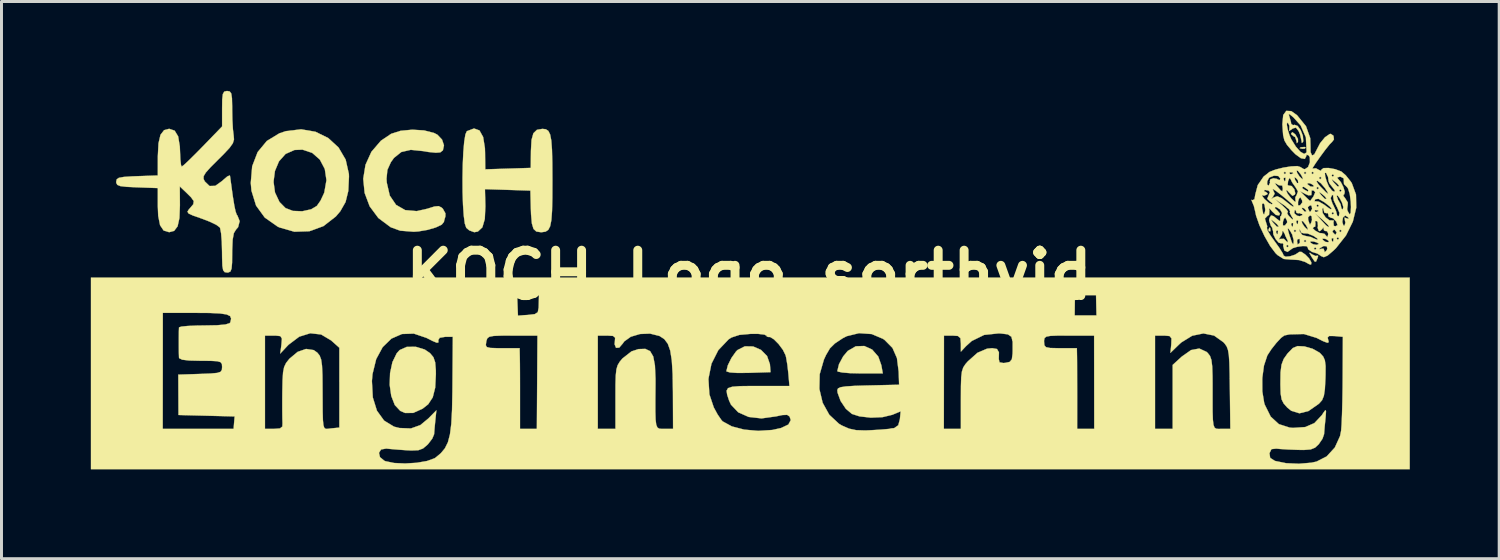
<source format=kicad_pcb>
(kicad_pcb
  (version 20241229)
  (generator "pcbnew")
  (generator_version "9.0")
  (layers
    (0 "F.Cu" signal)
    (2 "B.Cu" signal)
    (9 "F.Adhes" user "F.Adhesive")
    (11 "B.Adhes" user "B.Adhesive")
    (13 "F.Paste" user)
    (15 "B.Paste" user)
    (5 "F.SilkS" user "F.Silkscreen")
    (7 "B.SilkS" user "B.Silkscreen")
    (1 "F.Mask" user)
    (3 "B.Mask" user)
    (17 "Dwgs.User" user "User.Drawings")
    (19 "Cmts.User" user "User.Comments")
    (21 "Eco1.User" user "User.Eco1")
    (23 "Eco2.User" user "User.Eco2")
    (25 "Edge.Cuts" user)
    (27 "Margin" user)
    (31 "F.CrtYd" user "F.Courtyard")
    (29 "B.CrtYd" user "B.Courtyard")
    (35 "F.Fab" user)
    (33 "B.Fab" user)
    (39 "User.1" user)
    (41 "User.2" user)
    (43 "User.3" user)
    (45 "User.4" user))
  (footprint "KOCH_Logo_sorthvid"
    (layer "F.Cu")
    (at 22.103 6.186)
    (property "Reference" "KOCH_Logo_sorthvid" (at 0 0 0) (layer "F.SilkS") (effects (font (size 1.524 1.524) (thickness 0.3))))
    (attr through_hole)
    (fp_poly (pts (xy 17.498 -1.58) (xy 17.508 -1.48) (xy 17.498 -1.468) (xy 17.447 -1.479) (xy 17.441 -1.524) (xy 17.472 -1.594) (xy 17.498 -1.58)) (stroke (width 0.01) (type solid)) (fill yes) (layer "F.SilkS"))
    (fp_poly (pts (xy 18.688 -4.284) (xy 18.663 -4.246) (xy 18.577 -4.24) (xy 18.487 -4.261) (xy 18.526 -4.291) (xy 18.658 -4.301) (xy 18.688 -4.284)) (stroke (width 0.01) (type solid)) (fill yes) (layer "F.SilkS"))
    (fp_poly (pts (xy 18.34 -4.725) (xy 18.431 -4.573) (xy 18.432 -4.474) (xy 18.393 -4.427) (xy 18.379 -4.508) (xy 18.334 -4.634) (xy 18.288 -4.657) (xy 18.209 -4.723) (xy 18.203 -4.759) (xy 18.246 -4.798) (xy 18.34 -4.725)) (stroke (width 0.01) (type solid)) (fill yes) (layer "F.SilkS"))
    (fp_poly (pts (xy 18.896 -0.699) (xy 19.027 -0.639) (xy 19.083 -0.654) (xy 19.109 -0.643) (xy 19.088 -0.569) (xy 19.038 -0.452) (xy 18.992 -0.454) (xy 18.904 -0.586) (xy 18.887 -0.614) (xy 18.814 -0.741) (xy 18.836 -0.746) (xy 18.896 -0.699)) (stroke (width 0.01) (type solid)) (fill yes) (layer "F.SilkS"))
    (fp_poly (pts (xy 4.133 2.502) (xy 4.338 2.736) (xy 4.441 3.027) (xy 4.49 3.302) (xy 3.727 3.302) (xy 3.391 3.294) (xy 3.13 3.272) (xy 2.983 3.241) (xy 2.963 3.223) (xy 3.02 2.992) (xy 3.16 2.731) (xy 3.313 2.548) (xy 3.583 2.392) (xy 3.869 2.382) (xy 4.133 2.502)) (stroke (width 0.01) (type solid)) (fill yes) (layer "F.SilkS"))
    (fp_poly (pts (xy 0.137 2.398) (xy 0.401 2.513) (xy 0.604 2.719) (xy 0.7 2.994) (xy 0.701 3.006) (xy 0.72 3.26) (xy -0.021 3.284) (xy -0.391 3.287) (xy -0.644 3.27) (xy -0.758 3.235) (xy -0.762 3.225) (xy -0.713 3.03) (xy -0.593 2.786) (xy -0.442 2.572) (xy -0.391 2.519) (xy -0.142 2.393) (xy 0.137 2.398)) (stroke (width 0.01) (type solid)) (fill yes) (layer "F.SilkS"))
    (fp_poly (pts (xy -10.89 2.501) (xy -10.712 2.624) (xy -10.599 2.759) (xy -10.54 2.933) (xy -10.518 3.2) (xy -10.517 3.329) (xy -10.54 3.781) (xy -10.622 4.106) (xy -10.775 4.339) (xy -10.963 4.487) (xy -11.279 4.63) (xy -11.55 4.631) (xy -11.713 4.561) (xy -11.896 4.365) (xy -12.015 4.058) (xy -12.068 3.685) (xy -12.055 3.292) (xy -11.976 2.924) (xy -11.831 2.626) (xy -11.734 2.519) (xy -11.495 2.412) (xy -11.192 2.409) (xy -10.89 2.501)) (stroke (width 0.01) (type solid)) (fill yes) (layer "F.SilkS"))
    (fp_poly (pts (xy 18.647 2.396) (xy 18.65 2.397) (xy 18.923 2.475) (xy 19.156 2.606) (xy 19.179 2.627) (xy 19.279 2.737) (xy 19.335 2.864) (xy 19.359 3.053) (xy 19.357 3.351) (xy 19.353 3.48) (xy 19.335 3.829) (xy 19.301 4.054) (xy 19.241 4.201) (xy 19.141 4.314) (xy 19.126 4.327) (xy 18.784 4.566) (xy 18.48 4.642) (xy 18.207 4.558) (xy 18.072 4.449) (xy 17.951 4.313) (xy 17.882 4.175) (xy 17.85 3.982) (xy 17.841 3.679) (xy 17.841 3.641) (xy 17.846 3.267) (xy 17.879 3.01) (xy 17.951 2.819) (xy 18.075 2.642) (xy 18.092 2.622) (xy 18.26 2.449) (xy 18.418 2.385) (xy 18.647 2.396)) (stroke (width 0.01) (type solid)) (fill yes) (layer "F.SilkS"))
    (fp_poly (pts (xy -10.915 -4.857) (xy -10.58 -4.772) (xy -10.467 -4.714) (xy -10.31 -4.549) (xy -10.245 -4.355) (xy -10.281 -4.188) (xy -10.369 -4.119) (xy -10.518 -4.108) (xy -10.765 -4.132) (xy -10.94 -4.162) (xy -11.359 -4.205) (xy -11.677 -4.132) (xy -11.925 -3.933) (xy -12.027 -3.791) (xy -12.145 -3.532) (xy -12.174 -3.234) (xy -12.166 -3.105) (xy -12.065 -2.668) (xy -11.854 -2.357) (xy -11.548 -2.181) (xy -11.16 -2.147) (xy -10.808 -2.226) (xy -10.565 -2.302) (xy -10.423 -2.315) (xy -10.325 -2.266) (xy -10.283 -2.227) (xy -10.196 -2.072) (xy -10.197 -1.972) (xy -10.24 -1.825) (xy -10.245 -1.787) (xy -10.321 -1.693) (xy -10.521 -1.598) (xy -10.797 -1.517) (xy -11.105 -1.465) (xy -11.261 -1.454) (xy -11.715 -1.49) (xy -12.034 -1.606) (xy -12.448 -1.915) (xy -12.74 -2.308) (xy -12.909 -2.757) (xy -12.956 -3.232) (xy -12.88 -3.702) (xy -12.682 -4.138) (xy -12.363 -4.51) (xy -12.018 -4.743) (xy -11.701 -4.844) (xy -11.31 -4.881) (xy -10.915 -4.857)) (stroke (width 0.01) (type solid)) (fill yes) (layer "F.SilkS"))
    (fp_poly (pts (xy -14.558 -4.811) (xy -14.131 -4.601) (xy -13.785 -4.283) (xy -13.546 -3.875) (xy -13.438 -3.395) (xy -13.435 -3.305) (xy -13.458 -2.824) (xy -13.549 -2.454) (xy -13.726 -2.143) (xy -13.877 -1.966) (xy -14.293 -1.643) (xy -14.766 -1.471) (xy -15.268 -1.455) (xy -15.771 -1.599) (xy -15.835 -1.63) (xy -16.263 -1.931) (xy -16.555 -2.333) (xy -16.709 -2.831) (xy -16.732 -3.088) (xy -16.729 -3.134) (xy -15.968 -3.134) (xy -15.919 -2.773) (xy -15.768 -2.453) (xy -15.566 -2.249) (xy -15.318 -2.154) (xy -15.005 -2.142) (xy -14.704 -2.208) (xy -14.513 -2.323) (xy -14.389 -2.5) (xy -14.275 -2.743) (xy -14.263 -2.776) (xy -14.191 -3.186) (xy -14.247 -3.562) (xy -14.413 -3.877) (xy -14.669 -4.102) (xy -14.996 -4.211) (xy -15.265 -4.2) (xy -15.564 -4.067) (xy -15.785 -3.819) (xy -15.921 -3.495) (xy -15.968 -3.134) (xy -16.729 -3.134) (xy -16.685 -3.653) (xy -16.502 -4.129) (xy -16.194 -4.502) (xy -15.769 -4.761) (xy -15.555 -4.832) (xy -15.041 -4.894) (xy -14.558 -4.811)) (stroke (width 0.01) (type solid)) (fill yes) (layer "F.SilkS"))
    (fp_poly (pts (xy -9.053 -4.856) (xy -8.93 -4.635) (xy -8.87 -4.264) (xy -8.865 -4.104) (xy -8.859 -3.55) (xy -8.095 -3.574) (xy -7.331 -3.598) (xy -7.325 -4.174) (xy -7.305 -4.538) (xy -7.242 -4.763) (xy -7.123 -4.877) (xy -6.938 -4.909) (xy -6.825 -4.896) (xy -6.741 -4.841) (xy -6.681 -4.722) (xy -6.641 -4.518) (xy -6.618 -4.208) (xy -6.607 -3.772) (xy -6.604 -3.187) (xy -6.604 -3.175) (xy -6.606 -2.59) (xy -6.616 -2.154) (xy -6.639 -1.844) (xy -6.68 -1.638) (xy -6.743 -1.517) (xy -6.833 -1.458) (xy -6.955 -1.44) (xy -6.997 -1.439) (xy -7.144 -1.462) (xy -7.238 -1.549) (xy -7.293 -1.731) (xy -7.321 -2.038) (xy -7.328 -2.239) (xy -7.343 -2.836) (xy -8.869 -2.885) (xy -8.855 -2.31) (xy -8.874 -1.882) (xy -8.956 -1.602) (xy -9.106 -1.461) (xy -9.229 -1.439) (xy -9.395 -1.5) (xy -9.497 -1.587) (xy -9.545 -1.728) (xy -9.581 -1.998) (xy -9.606 -2.364) (xy -9.62 -2.794) (xy -9.622 -3.253) (xy -9.614 -3.709) (xy -9.595 -4.128) (xy -9.565 -4.478) (xy -9.525 -4.723) (xy -9.477 -4.831) (xy -9.236 -4.922) (xy -9.053 -4.856)) (stroke (width 0.01) (type solid)) (fill yes) (layer "F.SilkS"))
    (fp_poly (pts (xy -17.439 -6.165) (xy -17.388 -6.096) (xy -17.364 -5.937) (xy -17.357 -5.654) (xy -17.357 -5.556) (xy -17.35 -5.209) (xy -17.332 -4.896) (xy -17.307 -4.685) (xy -17.307 -4.683) (xy -17.296 -4.553) (xy -17.334 -4.427) (xy -17.442 -4.274) (xy -17.642 -4.06) (xy -17.823 -3.88) (xy -18.086 -3.617) (xy -18.244 -3.44) (xy -18.315 -3.32) (xy -18.317 -3.227) (xy -18.276 -3.144) (xy -18.116 -2.99) (xy -17.922 -2.996) (xy -17.688 -3.164) (xy -17.665 -3.187) (xy -17.52 -3.311) (xy -17.437 -3.345) (xy -17.431 -3.335) (xy -17.411 -3.194) (xy -17.397 -3.09) (xy -17.335 -2.641) (xy -17.285 -2.332) (xy -17.243 -2.137) (xy -17.204 -2.028) (xy -17.179 -1.994) (xy -17.106 -1.81) (xy -17.158 -1.608) (xy -17.23 -1.524) (xy -17.301 -1.408) (xy -17.341 -1.188) (xy -17.356 -0.834) (xy -17.357 -0.752) (xy -17.36 -0.417) (xy -17.377 -0.218) (xy -17.416 -0.119) (xy -17.485 -0.087) (xy -17.526 -0.085) (xy -17.609 -0.098) (xy -17.66 -0.162) (xy -17.686 -0.31) (xy -17.695 -0.574) (xy -17.697 -0.783) (xy -17.706 -1.122) (xy -17.729 -1.403) (xy -17.762 -1.577) (xy -17.772 -1.599) (xy -17.887 -1.685) (xy -18.113 -1.794) (xy -18.388 -1.899) (xy -18.672 -1.998) (xy -18.821 -2.067) (xy -18.859 -2.128) (xy -18.812 -2.204) (xy -18.778 -2.241) (xy -18.663 -2.377) (xy -18.647 -2.483) (xy -18.74 -2.613) (xy -18.871 -2.743) (xy -19.116 -2.977) (xy -19.112 -2.339) (xy -19.128 -1.915) (xy -19.19 -1.636) (xy -19.305 -1.484) (xy -19.473 -1.439) (xy -19.658 -1.495) (xy -19.778 -1.673) (xy -19.841 -1.988) (xy -19.854 -2.32) (xy -19.854 -2.921) (xy -20.553 -2.946) (xy -20.898 -2.962) (xy -21.107 -2.986) (xy -21.213 -3.028) (xy -21.249 -3.095) (xy -21.251 -3.133) (xy -21.234 -3.214) (xy -21.161 -3.265) (xy -20.998 -3.295) (xy -20.713 -3.314) (xy -20.553 -3.32) (xy -19.854 -3.344) (xy -19.853 -3.989) (xy -19.831 -4.423) (xy -19.764 -4.709) (xy -19.644 -4.865) (xy -19.473 -4.911) (xy -19.288 -4.849) (xy -19.171 -4.656) (xy -19.115 -4.318) (xy -19.108 -4.149) (xy -19.097 -3.881) (xy -19.075 -3.697) (xy -19.052 -3.641) (xy -18.976 -3.698) (xy -18.81 -3.853) (xy -18.579 -4.081) (xy -18.349 -4.315) (xy -17.695 -4.99) (xy -17.695 -5.585) (xy -17.691 -5.897) (xy -17.67 -6.077) (xy -17.624 -6.159) (xy -17.541 -6.18) (xy -17.526 -6.181) (xy -17.439 -6.165)) (stroke (width 0.01) (type solid)) (fill yes) (layer "F.SilkS"))
    (fp_poly (pts (xy 22.183 6.519) (xy -22.098 6.519) (xy -22.098 5.165) (xy -19.689 5.165) (xy -17.309 5.165) (xy -17.292 4.956) (xy -17.274 4.747) (xy -18.217 4.723) (xy -19.16 4.699) (xy -19.163 4.022) (xy -19.166 3.344) (xy -18.431 3.32) (xy -18.078 3.306) (xy -17.861 3.286) (xy -17.747 3.25) (xy -17.703 3.186) (xy -17.695 3.087) (xy -17.702 2.986) (xy -17.746 2.925) (xy -17.859 2.893) (xy -18.075 2.881) (xy -18.415 2.879) (xy -18.8 2.87) (xy -19.034 2.842) (xy -19.135 2.793) (xy -19.142 2.773) (xy -19.147 2.626) (xy -19.149 2.386) (xy -19.149 2.118) (xy -19.148 2.032) (xy -16.256 2.032) (xy -16.256 5.165) (xy -15.954 5.165) (xy -15.752 5.15) (xy -15.672 5.086) (xy -15.667 4.974) (xy -15.672 4.81) (xy -15.675 4.524) (xy -15.675 4.162) (xy -15.673 3.927) (xy -15.665 3.533) (xy -15.648 3.267) (xy -15.612 3.088) (xy -15.548 2.954) (xy -15.447 2.825) (xy -15.431 2.807) (xy -15.158 2.579) (xy -14.876 2.481) (xy -14.618 2.52) (xy -14.497 2.606) (xy -14.419 2.705) (xy -14.369 2.839) (xy -14.34 3.045) (xy -14.326 3.359) (xy -14.323 3.652) (xy -14.32 4.197) (xy -14.318 4.595) (xy -14.31 4.869) (xy -14.293 5.04) (xy -14.263 5.131) (xy -14.215 5.165) (xy -14.146 5.164) (xy -14.049 5.151) (xy -14.034 5.149) (xy -13.758 5.122) (xy -13.758 3.558) (xy -12.665 3.558) (xy -12.635 4.108) (xy -12.496 4.555) (xy -12.256 4.887) (xy -11.923 5.09) (xy -11.741 5.136) (xy -11.355 5.151) (xy -11.038 5.038) (xy -10.765 4.812) (xy -10.5 4.542) (xy -10.535 4.874) (xy -10.559 5.126) (xy -10.575 5.32) (xy -10.576 5.344) (xy -10.638 5.492) (xy -10.778 5.675) (xy -10.8 5.697) (xy -10.947 5.822) (xy -11.104 5.881) (xy -11.332 5.891) (xy -11.499 5.883) (xy -11.805 5.861) (xy -12.07 5.838) (xy -12.182 5.826) (xy -12.357 5.856) (xy -12.428 5.97) (xy -12.393 6.115) (xy -12.246 6.236) (xy -12.212 6.25) (xy -11.919 6.311) (xy -11.55 6.327) (xy -11.162 6.304) (xy -10.814 6.244) (xy -10.563 6.153) (xy -10.527 6.13) (xy -10.349 5.981) (xy -10.213 5.817) (xy -10.113 5.615) (xy -10.044 5.349) (xy -9.999 4.995) (xy -9.974 4.528) (xy -9.962 3.925) (xy -9.96 3.702) (xy -9.95 2.355) (xy -8.84 2.355) (xy -8.806 2.418) (xy -8.688 2.447) (xy -8.452 2.455) (xy -8.286 2.455) (xy -7.705 2.455) (xy -7.698 2.773) (xy -7.695 2.983) (xy -7.693 3.316) (xy -7.692 3.724) (xy -7.692 4.128) (xy -7.692 5.165) (xy -7.126 5.165) (xy -7.116 3.598) (xy -7.106 2.032) (xy -5.08 2.032) (xy -5.08 5.165) (xy -4.487 5.165) (xy -4.487 4.118) (xy -4.486 3.679) (xy -4.477 3.375) (xy -4.455 3.169) (xy -4.413 3.027) (xy -4.345 2.913) (xy -4.254 2.803) (xy -3.948 2.563) (xy -3.712 2.486) (xy -3.484 2.479) (xy -3.323 2.555) (xy -3.218 2.735) (xy -3.161 3.038) (xy -3.142 3.483) (xy -3.142 3.644) (xy -3.147 4.186) (xy -3.147 4.581) (xy -3.139 4.853) (xy -3.118 5.024) (xy -3.079 5.118) (xy -3.017 5.158) (xy -2.929 5.166) (xy -2.842 5.165) (xy -2.552 5.165) (xy -2.557 3.916) (xy -2.564 3.484) (xy -1.365 3.484) (xy -1.333 4.005) (xy -1.186 4.443) (xy -1.055 4.684) (xy -0.929 4.867) (xy -0.886 4.914) (xy -0.578 5.082) (xy -0.163 5.19) (xy 0.307 5.232) (xy 0.778 5.202) (xy 1.075 5.136) (xy 1.319 5.02) (xy 1.4 4.87) (xy 1.36 4.75) (xy 1.278 4.694) (xy 1.112 4.701) (xy 0.908 4.745) (xy 0.418 4.813) (xy -0.015 4.764) (xy -0.365 4.608) (xy -0.607 4.353) (xy -0.671 4.215) (xy -0.736 4.018) (xy -0.755 3.883) (xy -0.721 3.824) (xy 2.36 3.824) (xy 2.471 4.29) (xy 2.694 4.692) (xy 3.019 4.994) (xy 3.117 5.052) (xy 3.356 5.157) (xy 3.595 5.208) (xy 3.901 5.218) (xy 4.091 5.21) (xy 4.419 5.19) (xy 4.697 5.166) (xy 4.707 5.165) (xy 6.54 5.165) (xy 7.112 5.165) (xy 7.112 4.16) (xy 7.114 3.732) (xy 7.123 3.436) (xy 7.147 3.239) (xy 7.192 3.102) (xy 7.265 2.991) (xy 7.345 2.899) (xy 7.669 2.61) (xy 7.992 2.472) (xy 8.165 2.455) (xy 8.325 2.483) (xy 8.39 2.594) (xy 8.385 2.821) (xy 8.409 2.931) (xy 8.541 2.954) (xy 8.605 2.948) (xy 8.752 2.916) (xy 8.823 2.83) (xy 8.848 2.643) (xy 8.851 2.54) (xy 8.851 2.244) (xy 9.906 2.244) (xy 9.916 2.357) (xy 9.97 2.421) (xy 10.108 2.449) (xy 10.366 2.455) (xy 10.456 2.455) (xy 11.007 2.455) (xy 11.012 2.731) (xy 11.014 2.921) (xy 11.015 3.237) (xy 11.016 3.635) (xy 11.017 4.072) (xy 11.017 4.085) (xy 11.016 5.165) (xy 11.59 5.165) (xy 11.588 3.598) (xy 11.586 2.032) (xy 13.631 2.032) (xy 13.631 5.165) (xy 14.224 5.165) (xy 14.224 3.018) (xy 14.531 2.737) (xy 14.841 2.519) (xy 15.117 2.467) (xy 15.362 2.58) (xy 15.402 2.617) (xy 15.477 2.715) (xy 15.525 2.852) (xy 15.551 3.064) (xy 15.562 3.387) (xy 15.564 3.654) (xy 15.564 4.195) (xy 15.565 4.589) (xy 15.574 4.859) (xy 15.594 5.03) (xy 15.63 5.122) (xy 15.686 5.16) (xy 15.768 5.167) (xy 15.869 5.165) (xy 16.16 5.165) (xy 16.144 3.817) (xy 16.139 3.465) (xy 17.232 3.465) (xy 17.234 3.906) (xy 17.297 4.293) (xy 17.316 4.353) (xy 17.515 4.753) (xy 17.79 5.006) (xy 18.152 5.122) (xy 18.265 5.132) (xy 18.676 5.104) (xy 18.984 4.97) (xy 19.232 4.706) (xy 19.292 4.614) (xy 19.352 4.534) (xy 19.373 4.573) (xy 19.361 4.754) (xy 19.354 4.826) (xy 19.328 5.089) (xy 19.311 5.296) (xy 19.308 5.342) (xy 19.253 5.499) (xy 19.128 5.681) (xy 19.005 5.796) (xy 18.858 5.855) (xy 18.631 5.873) (xy 18.429 5.87) (xy 18.114 5.858) (xy 17.84 5.841) (xy 17.705 5.828) (xy 17.541 5.845) (xy 17.474 5.983) (xy 17.474 5.984) (xy 17.498 6.139) (xy 17.654 6.238) (xy 17.676 6.245) (xy 18.031 6.317) (xy 18.462 6.336) (xy 18.881 6.301) (xy 19.053 6.264) (xy 19.395 6.09) (xy 19.669 5.791) (xy 19.844 5.407) (xy 19.88 5.227) (xy 19.896 5.019) (xy 19.91 4.681) (xy 19.922 4.25) (xy 19.93 3.764) (xy 19.932 3.471) (xy 19.939 2.074) (xy 19.664 2.048) (xy 19.48 2.045) (xy 19.427 2.098) (xy 19.441 2.154) (xy 19.465 2.252) (xy 19.418 2.274) (xy 19.272 2.219) (xy 19.054 2.109) (xy 18.631 1.98) (xy 18.146 1.992) (xy 17.975 2.028) (xy 17.864 2.108) (xy 17.704 2.28) (xy 17.538 2.49) (xy 17.409 2.688) (xy 17.4 2.706) (xy 17.289 3.041) (xy 17.232 3.465) (xy 16.139 3.465) (xy 16.137 3.309) (xy 16.127 2.941) (xy 16.11 2.686) (xy 16.081 2.515) (xy 16.038 2.398) (xy 15.975 2.307) (xy 15.928 2.255) (xy 15.615 2.032) (xy 15.256 1.96) (xy 14.88 2.037) (xy 14.516 2.261) (xy 14.441 2.329) (xy 14.149 2.612) (xy 14.177 2.322) (xy 14.184 2.127) (xy 14.121 2.048) (xy 13.943 2.032) (xy 13.918 2.032) (xy 13.631 2.032) (xy 11.586 2.032) (xy 10.746 2.032) (xy 10.363 2.033) (xy 10.119 2.042) (xy 9.983 2.067) (xy 9.922 2.116) (xy 9.906 2.195) (xy 9.906 2.244) (xy 8.851 2.244) (xy 8.851 2.241) (xy 8.808 2.071) (xy 8.69 1.991) (xy 8.466 1.963) (xy 8.382 1.958) (xy 7.893 2.01) (xy 7.478 2.213) (xy 7.284 2.388) (xy 7.112 2.572) (xy 7.112 2.302) (xy 7.096 2.118) (xy 7.012 2.045) (xy 6.828 2.032) (xy 6.544 2.032) (xy 6.542 3.598) (xy 6.54 5.165) (xy 4.707 5.165) (xy 4.867 5.144) (xy 4.868 5.143) (xy 5.009 5.044) (xy 5.064 4.842) (xy 5.09 4.576) (xy 4.81 4.692) (xy 4.483 4.771) (xy 4.089 4.788) (xy 3.708 4.745) (xy 3.454 4.663) (xy 3.25 4.491) (xy 3.073 4.227) (xy 2.972 3.951) (xy 2.963 3.863) (xy 2.987 3.806) (xy 3.075 3.766) (xy 3.253 3.739) (xy 3.548 3.72) (xy 3.986 3.707) (xy 4 3.707) (xy 5.038 3.683) (xy 5.023 3.242) (xy 4.965 2.787) (xy 4.815 2.446) (xy 4.554 2.182) (xy 4.496 2.141) (xy 4.118 1.981) (xy 3.693 1.951) (xy 3.28 2.052) (xy 3.142 2.123) (xy 2.882 2.296) (xy 2.715 2.461) (xy 2.583 2.687) (xy 2.512 2.841) (xy 2.371 3.33) (xy 2.36 3.824) (xy -0.721 3.824) (xy -0.705 3.797) (xy -0.563 3.75) (xy -0.307 3.73) (xy 0.087 3.725) (xy 0.297 3.725) (xy 1.355 3.725) (xy 1.319 3.305) (xy 1.286 3.015) (xy 1.244 2.767) (xy 1.225 2.691) (xy 1.135 2.509) (xy 0.991 2.316) (xy 0.834 2.158) (xy 0.705 2.079) (xy 0.664 2.082) (xy 0.596 2.066) (xy 0.593 2.042) (xy 0.515 1.999) (xy 0.305 1.975) (xy 0.064 1.974) (xy -0.323 2.009) (xy -0.59 2.096) (xy -0.688 2.159) (xy -1.034 2.523) (xy -1.263 2.977) (xy -1.365 3.484) (xy -2.564 3.484) (xy -2.567 3.319) (xy -2.595 2.867) (xy -2.647 2.537) (xy -2.729 2.307) (xy -2.846 2.151) (xy -3.004 2.048) (xy -3.014 2.044) (xy -3.325 1.966) (xy -3.663 1.979) (xy -3.972 2.071) (xy -4.194 2.23) (xy -4.238 2.295) (xy -4.36 2.437) (xy -4.468 2.443) (xy -4.516 2.323) (xy -4.508 2.244) (xy -4.498 2.104) (xy -4.569 2.044) (xy -4.765 2.032) (xy -4.774 2.032) (xy -5.08 2.032) (xy -7.106 2.032) (xy -7.946 2.032) (xy -8.329 2.034) (xy -8.575 2.044) (xy -8.716 2.07) (xy -8.787 2.12) (xy -8.818 2.202) (xy -8.826 2.244) (xy -8.84 2.355) (xy -9.95 2.355) (xy -9.948 2.074) (xy -10.202 2.074) (xy -10.388 2.105) (xy -10.435 2.18) (xy -10.43 2.259) (xy -10.481 2.274) (xy -10.62 2.217) (xy -10.834 2.109) (xy -11.258 1.966) (xy -11.656 1.979) (xy -12.01 2.134) (xy -12.304 2.42) (xy -12.521 2.821) (xy -12.645 3.326) (xy -12.665 3.558) (xy -13.758 3.558) (xy -13.758 2.441) (xy -14.035 2.194) (xy -14.37 1.995) (xy -14.734 1.954) (xy -15.105 2.069) (xy -15.462 2.338) (xy -15.501 2.378) (xy -15.742 2.636) (xy -15.703 2.334) (xy -15.687 2.134) (xy -15.74 2.05) (xy -15.904 2.032) (xy -15.96 2.032) (xy -16.256 2.032) (xy -19.148 2.032) (xy -19.147 1.887) (xy -19.142 1.758) (xy -19.142 1.757) (xy -19.06 1.73) (xy -18.845 1.709) (xy -18.534 1.696) (xy -18.295 1.693) (xy -17.864 1.685) (xy -17.585 1.66) (xy -17.443 1.616) (xy -17.419 1.587) (xy -17.392 1.465) (xy -17.426 1.378) (xy -17.544 1.322) (xy -17.766 1.289) (xy -18.115 1.273) (xy -18.573 1.27) (xy -19.686 1.27) (xy -19.687 3.217) (xy -19.689 5.165) (xy -22.098 5.165) (xy -22.098 0.677) (xy -7.788 0.677) (xy -7.775 1.02) (xy -7.761 1.363) (xy -7.647 1.355) (xy 10.933 1.355) (xy 11.666 1.355) (xy 11.658 1.016) (xy 11.651 0.677) (xy 10.942 0.677) (xy 10.937 1.016) (xy 10.933 1.355) (xy -7.647 1.355) (xy -7.415 1.338) (xy -7.195 1.312) (xy -7.095 1.247) (xy -7.066 1.095) (xy -7.063 0.995) (xy -7.055 0.677) (xy -7.788 0.677) (xy -22.098 0.677) (xy -22.098 0.085) (xy 22.183 0.085) (xy 22.183 6.519)) (stroke (width 0.01) (type solid)) (fill yes) (layer "F.SilkS"))
    (fp_poly (pts (xy 18.208 -5.504) (xy 18.399 -5.369) (xy 18.701 -4.997) (xy 18.843 -4.596) (xy 18.851 -4.366) (xy 18.855 -4.128) (xy 18.903 -4.017) (xy 18.978 -4.049) (xy 19.046 -4.18) (xy 19.174 -4.426) (xy 19.338 -4.627) (xy 19.496 -4.735) (xy 19.534 -4.741) (xy 19.623 -4.678) (xy 19.639 -4.554) (xy 19.578 -4.473) (xy 19.499 -4.394) (xy 19.355 -4.215) (xy 19.181 -3.979) (xy 19.026 -3.758) (xy 18.933 -3.613) (xy 18.918 -3.574) (xy 18.92 -3.576) (xy 19.036 -3.585) (xy 19.106 -3.545) (xy 19.203 -3.499) (xy 19.219 -3.539) (xy 19.29 -3.592) (xy 19.463 -3.595) (xy 19.681 -3.555) (xy 19.885 -3.478) (xy 19.887 -3.477) (xy 20.035 -3.35) (xy 20.2 -3.144) (xy 20.239 -3.085) (xy 20.38 -2.703) (xy 20.388 -2.262) (xy 20.273 -1.793) (xy 20.044 -1.33) (xy 19.708 -0.905) (xy 19.627 -0.826) (xy 19.428 -0.656) (xy 19.299 -0.599) (xy 19.2 -0.641) (xy 19.184 -0.656) (xy 19.076 -0.725) (xy 19.064 -0.727) (xy 18.898 -0.779) (xy 18.776 -0.865) (xy 18.769 -0.889) (xy 18.965 -0.889) (xy 19.008 -0.847) (xy 19.021 -0.86) (xy 19.154 -0.86) (xy 19.198 -0.88) (xy 19.291 -0.887) (xy 19.304 -0.852) (xy 19.331 -0.766) (xy 19.393 -0.829) (xy 19.416 -0.881) (xy 19.398 -0.966) (xy 19.294 -0.975) (xy 19.169 -0.903) (xy 19.158 -0.892) (xy 19.154 -0.86) (xy 19.021 -0.86) (xy 19.05 -0.889) (xy 19.008 -0.931) (xy 18.965 -0.889) (xy 18.769 -0.889) (xy 18.755 -0.934) (xy 18.719 -0.971) (xy 18.582 -0.974) (xy 18.408 -0.949) (xy 18.261 -0.905) (xy 18.21 -0.87) (xy 18.08 -0.777) (xy 17.974 -0.824) (xy 17.938 -0.974) (xy 18.034 -0.974) (xy 18.076 -0.931) (xy 18.119 -0.974) (xy 18.076 -1.016) (xy 18.034 -0.974) (xy 17.938 -0.974) (xy 17.935 -0.985) (xy 17.941 -1.043) (xy 17.901 -1.076) (xy 17.871 -1.062) (xy 17.782 -1.089) (xy 17.692 -1.196) (xy 17.786 -1.196) (xy 17.838 -1.213) (xy 17.959 -1.217) (xy 17.991 -1.187) (xy 18.071 -1.105) (xy 18.086 -1.101) (xy 18.088 -1.157) (xy 18.061 -1.206) (xy 17.999 -1.337) (xy 17.993 -1.369) (xy 17.936 -1.468) (xy 17.928 -1.475) (xy 17.897 -1.483) (xy 17.906 -1.468) (xy 17.895 -1.366) (xy 17.843 -1.283) (xy 17.786 -1.196) (xy 17.692 -1.196) (xy 17.679 -1.212) (xy 17.604 -1.365) (xy 17.598 -1.439) (xy 17.695 -1.439) (xy 17.726 -1.37) (xy 17.752 -1.383) (xy 17.762 -1.483) (xy 17.752 -1.496) (xy 17.701 -1.484) (xy 17.695 -1.439) (xy 17.598 -1.439) (xy 17.596 -1.469) (xy 17.578 -1.54) (xy 18.087 -1.54) (xy 18.134 -1.37) (xy 18.146 -1.333) (xy 18.224 -1.102) (xy 18.269 -1.027) (xy 18.287 -1.1) (xy 18.287 -1.139) (xy 18.401 -1.139) (xy 18.419 -1.024) (xy 18.481 -1.071) (xy 18.495 -1.093) (xy 18.843 -1.093) (xy 18.936 -1.035) (xy 19.063 -1.014) (xy 19.134 -1.044) (xy 19.135 -1.048) (xy 19.065 -1.093) (xy 18.965 -1.125) (xy 18.851 -1.131) (xy 18.843 -1.093) (xy 18.495 -1.093) (xy 18.496 -1.095) (xy 18.494 -1.143) (xy 18.627 -1.143) (xy 18.669 -1.101) (xy 18.711 -1.143) (xy 18.669 -1.185) (xy 18.627 -1.143) (xy 18.494 -1.143) (xy 18.492 -1.202) (xy 18.473 -1.218) (xy 18.41 -1.193) (xy 18.401 -1.139) (xy 18.287 -1.139) (xy 18.288 -1.169) (xy 18.239 -1.358) (xy 18.17 -1.482) (xy 18.288 -1.482) (xy 18.33 -1.439) (xy 18.373 -1.482) (xy 18.33 -1.524) (xy 18.288 -1.482) (xy 18.17 -1.482) (xy 18.167 -1.487) (xy 18.112 -1.555) (xy 18.485 -1.555) (xy 18.487 -1.469) (xy 18.572 -1.348) (xy 18.69 -1.312) (xy 18.865 -1.278) (xy 18.937 -1.242) (xy 19.067 -1.189) (xy 19.085 -1.189) (xy 19.086 -1.224) (xy 19.255 -1.224) (xy 19.262 -1.184) (xy 19.353 -1.114) (xy 19.45 -1.102) (xy 19.473 -1.134) (xy 19.411 -1.185) (xy 19.558 -1.185) (xy 19.589 -1.116) (xy 19.614 -1.129) (xy 19.624 -1.228) (xy 19.727 -1.228) (xy 19.77 -1.185) (xy 19.812 -1.228) (xy 19.77 -1.27) (xy 19.727 -1.228) (xy 19.624 -1.228) (xy 19.625 -1.229) (xy 19.614 -1.242) (xy 19.564 -1.23) (xy 19.558 -1.185) (xy 19.411 -1.185) (xy 19.407 -1.188) (xy 19.342 -1.218) (xy 19.255 -1.224) (xy 19.086 -1.224) (xy 19.086 -1.224) (xy 18.965 -1.307) (xy 18.942 -1.319) (xy 18.756 -1.395) (xy 18.633 -1.401) (xy 18.631 -1.4) (xy 18.546 -1.423) (xy 18.515 -1.482) (xy 18.485 -1.555) (xy 18.112 -1.555) (xy 18.097 -1.573) (xy 18.087 -1.54) (xy 17.578 -1.54) (xy 17.566 -1.589) (xy 17.519 -1.659) (xy 17.462 -1.831) (xy 17.467 -1.862) (xy 17.532 -1.862) (xy 17.553 -1.818) (xy 17.6 -1.757) (xy 17.723 -1.625) (xy 17.779 -1.626) (xy 17.78 -1.641) (xy 17.76 -1.665) (xy 17.926 -1.665) (xy 17.996 -1.664) (xy 18.017 -1.693) (xy 18.203 -1.693) (xy 18.234 -1.624) (xy 18.26 -1.637) (xy 18.27 -1.737) (xy 18.26 -1.75) (xy 18.209 -1.738) (xy 18.203 -1.693) (xy 18.017 -1.693) (xy 18.07 -1.766) (xy 18.069 -1.778) (xy 18.373 -1.778) (xy 18.404 -1.708) (xy 18.429 -1.722) (xy 18.439 -1.819) (xy 18.554 -1.819) (xy 18.572 -1.739) (xy 18.653 -1.617) (xy 18.743 -1.531) (xy 18.765 -1.524) (xy 18.755 -1.571) (xy 18.927 -1.571) (xy 19.012 -1.489) (xy 19.159 -1.41) (xy 19.234 -1.406) (xy 19.324 -1.383) (xy 19.345 -1.356) (xy 19.418 -1.275) (xy 19.444 -1.356) (xy 19.445 -1.393) (xy 19.411 -1.472) (xy 19.587 -1.472) (xy 19.6 -1.439) (xy 19.676 -1.359) (xy 19.69 -1.355) (xy 19.726 -1.42) (xy 19.727 -1.439) (xy 19.693 -1.482) (xy 19.812 -1.482) (xy 19.854 -1.439) (xy 19.897 -1.482) (xy 19.854 -1.524) (xy 19.812 -1.482) (xy 19.693 -1.482) (xy 19.662 -1.521) (xy 19.638 -1.524) (xy 19.587 -1.472) (xy 19.411 -1.472) (xy 19.408 -1.479) (xy 19.375 -1.473) (xy 19.307 -1.497) (xy 19.297 -1.54) (xy 19.28 -1.605) (xy 19.248 -1.545) (xy 19.167 -1.475) (xy 19.131 -1.484) (xy 19.09 -1.59) (xy 19.102 -1.645) (xy 19.091 -1.781) (xy 19.057 -1.816) (xy 19.002 -1.809) (xy 19.018 -1.74) (xy 19.011 -1.628) (xy 18.958 -1.609) (xy 18.927 -1.571) (xy 18.755 -1.571) (xy 18.752 -1.584) (xy 18.694 -1.689) (xy 18.601 -1.804) (xy 18.554 -1.819) (xy 18.439 -1.819) (xy 18.439 -1.822) (xy 18.429 -1.834) (xy 18.379 -1.823) (xy 18.373 -1.778) (xy 18.069 -1.778) (xy 18.062 -1.827) (xy 18.004 -1.936) (xy 17.958 -1.888) (xy 17.926 -1.784) (xy 17.926 -1.665) (xy 17.76 -1.665) (xy 17.722 -1.711) (xy 17.632 -1.789) (xy 17.532 -1.862) (xy 17.467 -1.862) (xy 17.476 -1.915) (xy 17.528 -2.003) (xy 17.611 -1.978) (xy 17.712 -1.895) (xy 17.821 -1.813) (xy 17.838 -1.831) (xy 17.836 -1.836) (xy 17.835 -1.959) (xy 17.867 -1.991) (xy 17.898 -2.085) (xy 17.831 -2.203) (xy 17.709 -2.281) (xy 17.669 -2.286) (xy 17.654 -2.246) (xy 17.734 -2.172) (xy 17.83 -2.06) (xy 17.799 -2.001) (xy 17.689 -2.019) (xy 17.564 -2.136) (xy 17.472 -2.244) (xy 17.462 -2.208) (xy 17.472 -2.177) (xy 17.461 -2.026) (xy 17.399 -1.978) (xy 17.32 -1.895) (xy 17.355 -1.781) (xy 17.4 -1.638) (xy 17.388 -1.583) (xy 17.409 -1.497) (xy 17.514 -1.32) (xy 17.645 -1.137) (xy 17.808 -0.91) (xy 17.919 -0.731) (xy 17.949 -0.656) (xy 18.015 -0.616) (xy 18.166 -0.63) (xy 18.336 -0.685) (xy 18.456 -0.763) (xy 18.467 -0.777) (xy 18.547 -0.778) (xy 18.676 -0.69) (xy 18.804 -0.56) (xy 18.877 -0.433) (xy 18.881 -0.407) (xy 18.87 -0.351) (xy 18.807 -0.365) (xy 18.669 -0.442) (xy 18.468 -0.504) (xy 18.214 -0.52) (xy 18.203 -0.519) (xy 17.953 -0.54) (xy 17.747 -0.669) (xy 17.678 -0.736) (xy 17.496 -0.978) (xy 17.305 -1.313) (xy 17.137 -1.674) (xy 17.024 -1.997) (xy 16.999 -2.117) (xy 16.948 -2.33) (xy 16.925 -2.383) (xy 17.225 -2.383) (xy 17.226 -2.238) (xy 17.266 -2.053) (xy 17.298 -2.036) (xy 17.328 -2.147) (xy 17.333 -2.2) (xy 17.308 -2.361) (xy 17.266 -2.416) (xy 17.225 -2.383) (xy 16.925 -2.383) (xy 16.897 -2.447) (xy 16.867 -2.527) (xy 16.907 -2.514) (xy 16.97 -2.546) (xy 16.992 -2.67) (xy 17.221 -2.67) (xy 17.297 -2.565) (xy 17.306 -2.555) (xy 17.453 -2.422) (xy 17.56 -2.373) (xy 17.576 -2.408) (xy 17.5 -2.465) (xy 17.415 -2.548) (xy 17.528 -2.548) (xy 17.538 -2.554) (xy 17.653 -2.554) (xy 17.907 -2.336) (xy 18.048 -2.2) (xy 18.097 -2.124) (xy 18.087 -2.117) (xy 18.071 -2.065) (xy 18.119 -1.99) (xy 18.225 -1.884) (xy 18.266 -1.863) (xy 18.259 -1.915) (xy 18.242 -1.938) (xy 18.77 -1.938) (xy 18.775 -1.849) (xy 18.819 -1.72) (xy 18.838 -1.693) (xy 18.875 -1.762) (xy 18.902 -1.849) (xy 18.891 -1.977) (xy 18.838 -2.004) (xy 18.77 -1.938) (xy 18.242 -1.938) (xy 18.214 -1.976) (xy 18.165 -2.077) (xy 18.305 -2.077) (xy 18.402 -1.993) (xy 18.492 -1.976) (xy 18.58 -2.012) (xy 18.575 -2.047) (xy 18.498 -2.074) (xy 19.008 -2.074) (xy 19.213 -1.841) (xy 19.378 -1.665) (xy 19.459 -1.61) (xy 19.473 -1.636) (xy 19.417 -1.704) (xy 19.276 -1.837) (xy 19.241 -1.869) (xy 19.008 -2.074) (xy 18.498 -2.074) (xy 18.477 -2.082) (xy 18.451 -2.071) (xy 18.38 -2.088) (xy 18.373 -2.126) (xy 18.343 -2.19) (xy 18.322 -2.179) (xy 18.305 -2.077) (xy 18.165 -2.077) (xy 18.156 -2.095) (xy 18.167 -2.136) (xy 18.134 -2.207) (xy 18.069 -2.262) (xy 18.556 -2.262) (xy 18.576 -2.214) (xy 18.661 -2.124) (xy 18.711 -2.142) (xy 18.711 -2.154) (xy 18.651 -2.226) (xy 18.614 -2.252) (xy 18.556 -2.262) (xy 18.069 -2.262) (xy 18.045 -2.283) (xy 18.764 -2.283) (xy 18.771 -2.23) (xy 18.824 -2.127) (xy 18.838 -2.117) (xy 18.879 -2.173) (xy 18.994 -2.173) (xy 19.005 -2.123) (xy 19.05 -2.117) (xy 19.12 -2.148) (xy 19.106 -2.173) (xy 19.006 -2.183) (xy 18.994 -2.173) (xy 18.879 -2.173) (xy 18.885 -2.182) (xy 18.901 -2.218) (xy 19.246 -2.218) (xy 19.261 -2.083) (xy 19.359 -1.937) (xy 19.489 -1.838) (xy 19.584 -1.836) (xy 19.637 -1.828) (xy 19.623 -1.764) (xy 19.634 -1.654) (xy 19.688 -1.637) (xy 19.76 -1.676) (xy 19.723 -1.782) (xy 19.92 -1.782) (xy 19.956 -1.667) (xy 19.995 -1.66) (xy 20.024 -1.76) (xy 20.006 -1.837) (xy 19.993 -1.93) (xy 20.065 -1.906) (xy 20.137 -1.882) (xy 20.116 -1.936) (xy 20.021 -2.001) (xy 19.942 -1.932) (xy 19.92 -1.782) (xy 19.723 -1.782) (xy 19.72 -1.791) (xy 19.61 -1.908) (xy 19.534 -1.925) (xy 19.455 -1.969) (xy 19.454 -2.017) (xy 19.434 -2.074) (xy 19.558 -2.074) (xy 19.6 -2.032) (xy 19.643 -2.074) (xy 19.6 -2.117) (xy 19.558 -2.074) (xy 19.434 -2.074) (xy 19.429 -2.088) (xy 19.391 -2.076) (xy 19.317 -2.097) (xy 19.297 -2.175) (xy 19.277 -2.261) (xy 19.246 -2.218) (xy 18.901 -2.218) (xy 18.906 -2.23) (xy 18.886 -2.328) (xy 19.05 -2.328) (xy 19.092 -2.286) (xy 19.135 -2.328) (xy 19.092 -2.371) (xy 19.05 -2.328) (xy 18.886 -2.328) (xy 18.886 -2.329) (xy 18.838 -2.342) (xy 18.764 -2.283) (xy 18.045 -2.283) (xy 17.995 -2.326) (xy 17.933 -2.368) (xy 17.653 -2.554) (xy 17.538 -2.554) (xy 17.591 -2.586) (xy 17.614 -2.603) (xy 17.733 -2.646) (xy 17.88 -2.584) (xy 17.995 -2.497) (xy 18.177 -2.352) (xy 18.262 -2.295) (xy 18.287 -2.307) (xy 18.288 -2.318) (xy 18.266 -2.342) (xy 18.434 -2.342) (xy 18.504 -2.342) (xy 18.578 -2.443) (xy 18.575 -2.467) (xy 18.988 -2.467) (xy 19.018 -2.478) (xy 19.133 -2.466) (xy 19.302 -2.369) (xy 19.306 -2.366) (xy 19.472 -2.243) (xy 19.543 -2.207) (xy 19.558 -2.238) (xy 19.496 -2.306) (xy 19.344 -2.426) (xy 19.31 -2.451) (xy 19.12 -2.56) (xy 19.015 -2.547) (xy 19.001 -2.528) (xy 18.988 -2.467) (xy 18.575 -2.467) (xy 18.57 -2.505) (xy 18.512 -2.613) (xy 18.466 -2.566) (xy 18.434 -2.462) (xy 18.434 -2.342) (xy 18.266 -2.342) (xy 18.228 -2.384) (xy 18.071 -2.523) (xy 17.886 -2.676) (xy 17.696 -2.823) (xy 17.589 -2.892) (xy 17.587 -2.87) (xy 17.649 -2.733) (xy 17.587 -2.623) (xy 17.528 -2.548) (xy 17.415 -2.548) (xy 17.399 -2.563) (xy 17.441 -2.666) (xy 17.489 -2.783) (xy 17.44 -2.837) (xy 17.32 -2.86) (xy 17.295 -2.845) (xy 17.31 -2.798) (xy 17.348 -2.794) (xy 17.411 -2.744) (xy 17.398 -2.708) (xy 17.291 -2.664) (xy 17.245 -2.68) (xy 17.221 -2.67) (xy 16.992 -2.67) (xy 16.999 -2.708) (xy 16.999 -2.71) (xy 17.081 -3.02) (xy 17.097 -3.043) (xy 17.395 -3.043) (xy 17.439 -3.005) (xy 17.45 -3.011) (xy 17.49 -3.096) (xy 17.648 -3.096) (xy 17.707 -3.01) (xy 17.73 -2.983) (xy 17.858 -2.837) (xy 17.91 -2.81) (xy 17.914 -2.838) (xy 18.034 -2.838) (xy 18.085 -2.729) (xy 18.198 -2.584) (xy 18.314 -2.475) (xy 18.358 -2.455) (xy 18.357 -2.498) (xy 18.345 -2.511) (xy 18.343 -2.613) (xy 18.385 -2.682) (xy 18.431 -2.811) (xy 18.429 -2.816) (xy 18.5 -2.816) (xy 18.669 -2.647) (xy 18.791 -2.528) (xy 18.841 -2.487) (xy 18.887 -2.553) (xy 18.951 -2.638) (xy 19.01 -2.777) (xy 18.998 -2.793) (xy 19.14 -2.793) (xy 19.161 -2.75) (xy 19.209 -2.688) (xy 19.332 -2.557) (xy 19.387 -2.557) (xy 19.389 -2.572) (xy 19.38 -2.583) (xy 19.527 -2.583) (xy 19.589 -2.401) (xy 19.618 -2.345) (xy 19.709 -2.148) (xy 19.744 -2.016) (xy 19.743 -2.005) (xy 19.776 -1.972) (xy 19.807 -1.986) (xy 19.825 -2.089) (xy 19.743 -2.281) (xy 19.729 -2.304) (xy 19.635 -2.499) (xy 19.612 -2.638) (xy 19.618 -2.653) (xy 19.617 -2.66) (xy 19.73 -2.66) (xy 19.779 -2.518) (xy 19.791 -2.505) (xy 19.863 -2.376) (xy 19.865 -2.364) (xy 19.893 -2.229) (xy 19.932 -2.201) (xy 19.953 -2.268) (xy 19.949 -2.307) (xy 19.906 -2.441) (xy 19.833 -2.58) (xy 19.763 -2.671) (xy 19.73 -2.662) (xy 19.73 -2.66) (xy 19.617 -2.66) (xy 19.612 -2.694) (xy 19.571 -2.675) (xy 19.527 -2.583) (xy 19.38 -2.583) (xy 19.331 -2.643) (xy 19.241 -2.72) (xy 19.14 -2.793) (xy 18.998 -2.793) (xy 18.967 -2.835) (xy 18.892 -2.845) (xy 18.889 -2.821) (xy 18.882 -2.684) (xy 18.78 -2.677) (xy 18.69 -2.717) (xy 18.5 -2.816) (xy 18.429 -2.816) (xy 18.362 -2.929) (xy 18.567 -2.929) (xy 18.627 -2.879) (xy 18.762 -2.803) (xy 18.78 -2.831) (xy 18.754 -2.879) (xy 18.689 -2.921) (xy 19.05 -2.921) (xy 19.092 -2.879) (xy 19.135 -2.921) (xy 19.092 -2.963) (xy 19.05 -2.921) (xy 18.689 -2.921) (xy 18.63 -2.959) (xy 18.601 -2.962) (xy 18.567 -2.929) (xy 18.362 -2.929) (xy 18.353 -2.944) (xy 18.254 -3.086) (xy 18.747 -3.086) (xy 18.754 -3.047) (xy 18.845 -2.977) (xy 18.942 -2.965) (xy 18.965 -2.997) (xy 18.899 -3.051) (xy 18.834 -3.08) (xy 18.747 -3.086) (xy 18.254 -3.086) (xy 18.233 -3.116) (xy 18.187 -3.215) (xy 18.146 -3.265) (xy 18.099 -3.152) (xy 18.085 -3.023) (xy 18.117 -3.005) (xy 18.219 -2.99) (xy 18.309 -2.881) (xy 18.34 -2.746) (xy 18.325 -2.7) (xy 18.246 -2.66) (xy 18.148 -2.755) (xy 18.061 -2.848) (xy 18.034 -2.838) (xy 17.914 -2.838) (xy 17.921 -2.889) (xy 17.921 -2.921) (xy 17.9 -3.01) (xy 17.88 -3.006) (xy 17.789 -3.016) (xy 17.703 -3.068) (xy 17.648 -3.096) (xy 17.49 -3.096) (xy 17.495 -3.107) (xy 17.486 -3.13) (xy 17.499 -3.211) (xy 17.605 -3.251) (xy 17.728 -3.229) (xy 17.756 -3.208) (xy 17.825 -3.189) (xy 17.83 -3.217) (xy 17.949 -3.217) (xy 17.98 -3.148) (xy 18.006 -3.161) (xy 18.016 -3.261) (xy 18.006 -3.274) (xy 17.955 -3.262) (xy 17.949 -3.217) (xy 17.83 -3.217) (xy 17.836 -3.249) (xy 17.799 -3.293) (xy 18.312 -3.293) (xy 18.33 -3.209) (xy 18.336 -3.193) (xy 18.403 -3.089) (xy 18.441 -3.088) (xy 18.435 -3.147) (xy 19.051 -3.147) (xy 19.126 -3.036) (xy 19.191 -2.963) (xy 19.372 -2.779) (xy 19.447 -2.721) (xy 19.42 -2.791) (xy 19.343 -2.914) (xy 19.201 -3.082) (xy 19.08 -3.168) (xy 19.051 -3.147) (xy 18.435 -3.147) (xy 18.431 -3.178) (xy 18.383 -3.24) (xy 18.312 -3.293) (xy 17.799 -3.293) (xy 17.771 -3.326) (xy 17.626 -3.337) (xy 17.479 -3.28) (xy 17.456 -3.26) (xy 17.401 -3.154) (xy 17.395 -3.043) (xy 17.097 -3.043) (xy 17.277 -3.306) (xy 17.435 -3.429) (xy 17.949 -3.429) (xy 17.992 -3.387) (xy 18.034 -3.429) (xy 18.02 -3.443) (xy 18.147 -3.443) (xy 18.159 -3.393) (xy 18.203 -3.387) (xy 18.273 -3.418) (xy 18.26 -3.443) (xy 18.159 -3.453) (xy 18.147 -3.443) (xy 18.02 -3.443) (xy 17.992 -3.471) (xy 17.949 -3.429) (xy 17.435 -3.429) (xy 17.484 -3.467) (xy 17.6 -3.512) (xy 18.385 -3.512) (xy 18.403 -3.432) (xy 18.484 -3.31) (xy 18.574 -3.224) (xy 18.595 -3.217) (xy 18.587 -3.26) (xy 19.135 -3.26) (xy 19.177 -3.217) (xy 19.219 -3.26) (xy 19.177 -3.302) (xy 19.135 -3.26) (xy 18.587 -3.26) (xy 18.583 -3.277) (xy 18.525 -3.383) (xy 18.487 -3.429) (xy 18.627 -3.429) (xy 18.669 -3.387) (xy 18.711 -3.429) (xy 18.881 -3.429) (xy 18.923 -3.387) (xy 18.963 -3.427) (xy 19.334 -3.427) (xy 19.346 -3.313) (xy 19.395 -3.144) (xy 19.469 -2.971) (xy 19.47 -2.969) (xy 19.577 -2.832) (xy 19.652 -2.794) (xy 19.669 -2.836) (xy 19.812 -2.836) (xy 19.854 -2.794) (xy 19.897 -2.836) (xy 19.854 -2.879) (xy 19.812 -2.836) (xy 19.669 -2.836) (xy 19.671 -2.842) (xy 19.606 -2.927) (xy 19.495 -3.067) (xy 19.463 -3.139) (xy 19.452 -3.217) (xy 19.564 -3.217) (xy 19.585 -3.173) (xy 19.632 -3.111) (xy 19.755 -2.98) (xy 19.811 -2.98) (xy 19.812 -2.995) (xy 19.754 -3.066) (xy 19.664 -3.143) (xy 19.564 -3.217) (xy 19.452 -3.217) (xy 19.444 -3.274) (xy 19.747 -3.274) (xy 19.771 -3.237) (xy 19.872 -3.12) (xy 19.956 -2.954) (xy 20.002 -2.798) (xy 19.987 -2.713) (xy 19.973 -2.709) (xy 19.953 -2.662) (xy 20.018 -2.576) (xy 20.104 -2.438) (xy 20.102 -2.36) (xy 20.083 -2.215) (xy 20.098 -2.155) (xy 20.162 -2.038) (xy 20.201 -2.083) (xy 20.211 -2.284) (xy 20.204 -2.463) (xy 20.17 -2.723) (xy 20.111 -2.909) (xy 20.073 -2.959) (xy 19.981 -3.049) (xy 19.974 -3.079) (xy 19.967 -3.246) (xy 19.866 -3.3) (xy 19.833 -3.301) (xy 19.747 -3.274) (xy 19.444 -3.274) (xy 19.442 -3.295) (xy 19.417 -3.344) (xy 19.558 -3.344) (xy 19.6 -3.302) (xy 19.643 -3.344) (xy 19.6 -3.387) (xy 19.558 -3.344) (xy 19.417 -3.344) (xy 19.377 -3.426) (xy 19.37 -3.433) (xy 19.334 -3.427) (xy 18.963 -3.427) (xy 18.965 -3.429) (xy 18.923 -3.471) (xy 18.881 -3.429) (xy 18.711 -3.429) (xy 18.669 -3.471) (xy 18.627 -3.429) (xy 18.487 -3.429) (xy 18.432 -3.497) (xy 18.385 -3.512) (xy 17.6 -3.512) (xy 17.684 -3.544) (xy 17.942 -3.608) (xy 18.202 -3.649) (xy 18.409 -3.659) (xy 18.506 -3.63) (xy 18.623 -3.561) (xy 18.664 -3.556) (xy 18.77 -3.627) (xy 18.832 -3.785) (xy 18.829 -3.952) (xy 18.793 -4.016) (xy 18.721 -4.043) (xy 18.711 -3.996) (xy 18.662 -3.9) (xy 18.531 -3.923) (xy 18.347 -4.056) (xy 18.212 -4.194) (xy 18.062 -4.373) (xy 17.976 -4.52) (xy 17.933 -4.695) (xy 17.914 -4.957) (xy 17.91 -5.041) (xy 18.058 -5.041) (xy 18.087 -4.887) (xy 18.144 -4.703) (xy 18.207 -4.558) (xy 18.36 -4.312) (xy 18.512 -4.141) (xy 18.639 -4.068) (xy 18.712 -4.112) (xy 18.72 -4.149) (xy 18.697 -4.623) (xy 18.521 -5.025) (xy 18.282 -5.292) (xy 18.153 -5.399) (xy 18.12 -5.393) (xy 18.147 -5.306) (xy 18.195 -5.139) (xy 18.203 -5.076) (xy 18.265 -5.033) (xy 18.318 -5.045) (xy 18.421 -5.007) (xy 18.523 -4.864) (xy 18.596 -4.675) (xy 18.609 -4.503) (xy 18.6 -4.47) (xy 18.562 -4.435) (xy 18.549 -4.514) (xy 18.503 -4.715) (xy 18.451 -4.837) (xy 18.363 -4.952) (xy 18.258 -4.922) (xy 18.224 -4.895) (xy 18.137 -4.842) (xy 18.139 -4.872) (xy 18.144 -5.011) (xy 18.111 -5.084) (xy 18.063 -5.121) (xy 18.058 -5.041) (xy 17.91 -5.041) (xy 17.909 -5.085) (xy 17.936 -5.373) (xy 18.039 -5.514) (xy 18.208 -5.504)) (stroke (width 0.01) (type solid)) (fill yes) (layer "F.SilkS"))
    (fp_poly (pts (xy -4.487 2.582) (xy -4.53 2.625) (xy -4.572 2.582) (xy -4.53 2.54) (xy -4.487 2.582)) (stroke (width 0.01) (type solid)) (fill no) (layer "Eco2.User")))
  (gr_rect
    (start -3 -3)
    (end 47.291 15.71)
    (stroke (width 0.1) (type default))
    (fill no)
    (layer "Edge.Cuts")))
</source>
